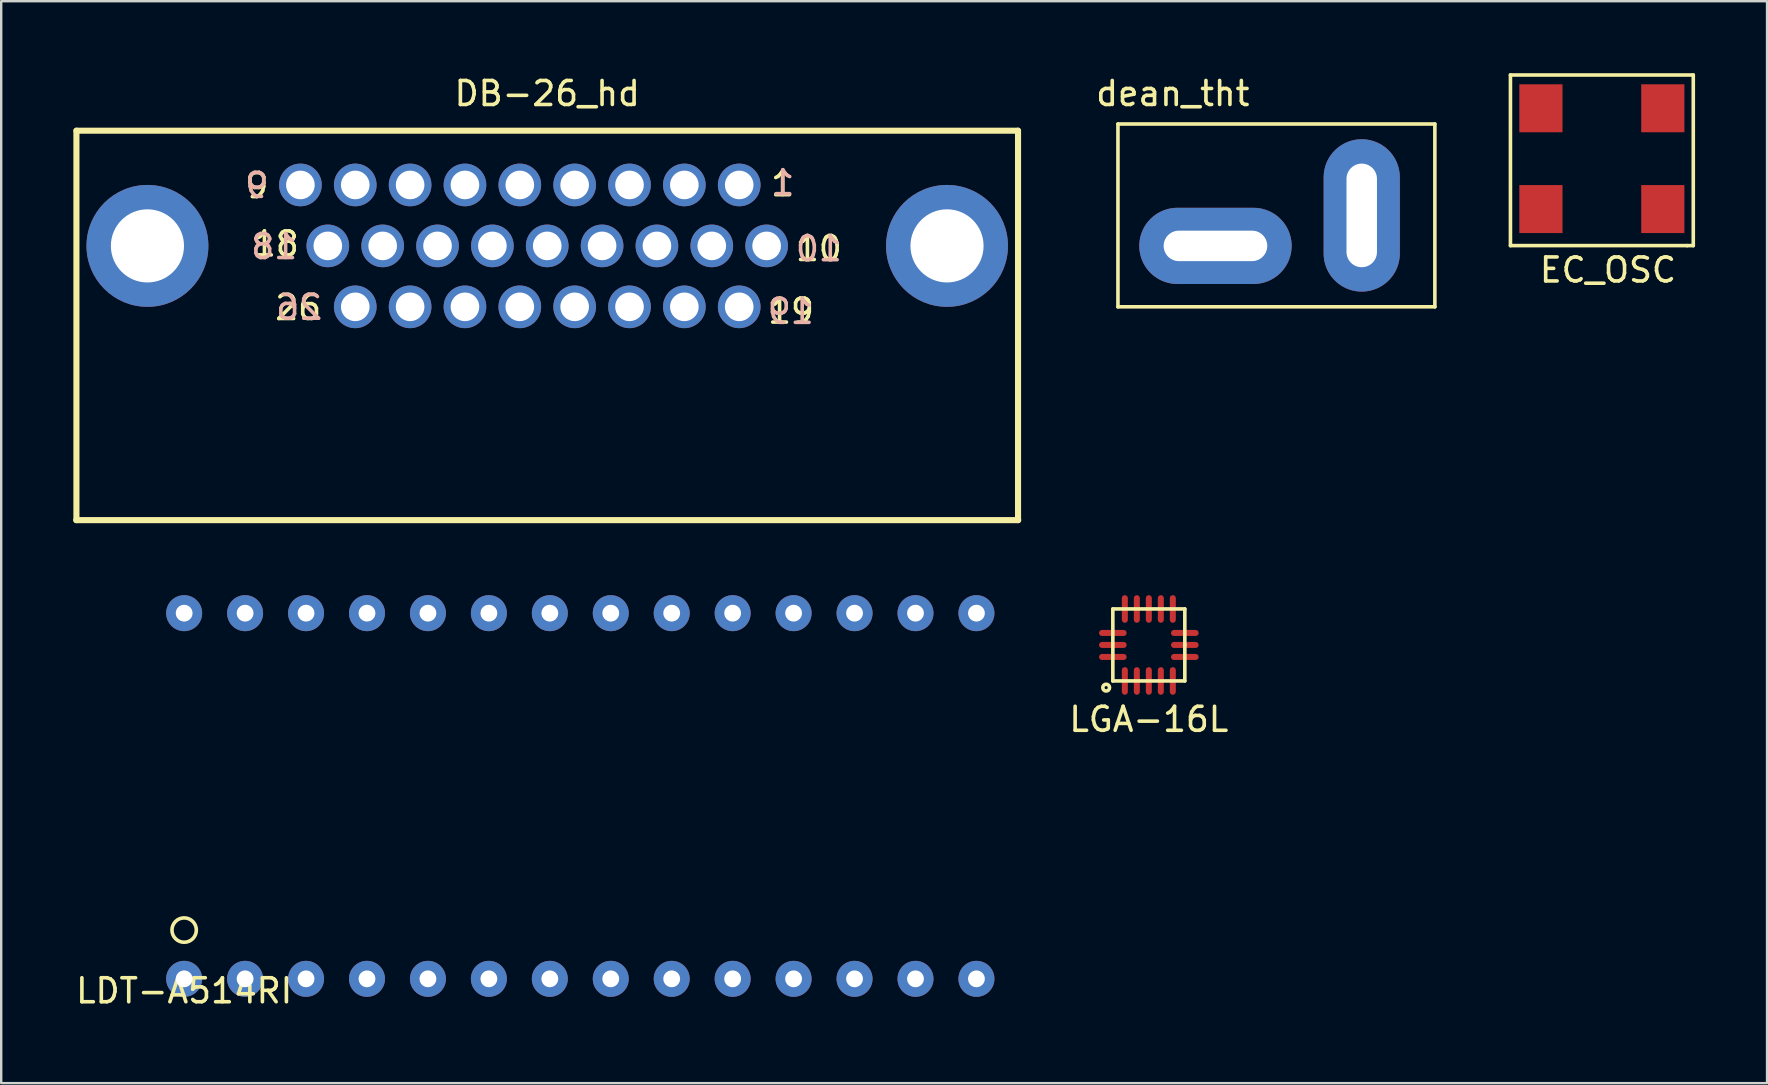
<source format=kicad_pcb>
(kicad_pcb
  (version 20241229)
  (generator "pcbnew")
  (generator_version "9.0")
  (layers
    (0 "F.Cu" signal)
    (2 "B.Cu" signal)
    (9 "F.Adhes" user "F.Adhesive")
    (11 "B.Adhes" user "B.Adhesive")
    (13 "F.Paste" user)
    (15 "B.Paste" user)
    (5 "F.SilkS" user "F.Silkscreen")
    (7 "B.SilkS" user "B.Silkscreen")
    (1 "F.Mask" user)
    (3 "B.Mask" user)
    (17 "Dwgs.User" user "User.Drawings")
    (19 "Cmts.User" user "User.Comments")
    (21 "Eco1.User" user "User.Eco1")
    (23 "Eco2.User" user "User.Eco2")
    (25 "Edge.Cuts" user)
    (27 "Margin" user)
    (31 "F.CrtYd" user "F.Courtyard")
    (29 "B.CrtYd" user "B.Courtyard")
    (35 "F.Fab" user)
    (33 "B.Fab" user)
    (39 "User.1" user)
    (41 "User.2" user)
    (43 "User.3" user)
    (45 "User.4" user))
  (footprint "dean_tht"
    (layer "F.Cu")
    (at 43.543 2.118)
    (property "Reference" "dean_tht" (at 2.286 -1.27 0) (layer "F.SilkS") (effects (font (size 1 1) (thickness 0.15))))
    (attr through_hole)
    (fp_line (start 0 0) (end 0 7.62) (stroke (width 0.15) (type solid)) (layer "F.SilkS"))
    (fp_line (start 0 0) (end 13.208 0) (stroke (width 0.15) (type solid)) (layer "F.SilkS"))
    (fp_line (start 0 7.62) (end 13.208 7.62) (stroke (width 0.15) (type solid)) (layer "F.SilkS"))
    (fp_line (start 13.208 0) (end 13.208 7.62) (stroke (width 0.15) (type solid)) (layer "F.SilkS"))
    (pad "1" thru_hole oval (at 10.16 3.81 90) (size 6.35 3.175) (drill oval 4.318 1.27) (layers "*.Cu" "*.Mask"))
    (pad "2" thru_hole oval (at 4.064 5.08 180) (size 6.35 3.175) (drill oval 4.318 1.27) (layers "*.Cu" "*.Mask")))
  (footprint "DB-26_hd"
    (layer "F.Cu")
    (at 19.757 7.198)
    (property "Reference" "DB-26_hd" (at 0 -6.35 0) (layer "F.SilkS") (effects (font (size 1 1) (thickness 0.15))))
    (attr through_hole)
    (fp_line (start -19.622 -4.801) (end -19.622 11.43) (stroke (width 0.254) (type solid)) (layer "F.SilkS"))
    (fp_line (start -19.62 -4.8) (end 19.62 -4.8) (stroke (width 0.254) (type solid)) (layer "F.SilkS"))
    (fp_line (start 19.622 11.43) (end 19.622 -4.801) (stroke (width 0.254) (type solid)) (layer "F.SilkS"))
    (fp_line (start 19.63 11.43) (end -19.63 11.43) (stroke (width 0.254) (type solid)) (layer "F.SilkS"))
    (fp_text user "19" (at 10.16 2.72 0) (layer "F.SilkS") (effects (font (size 1 1) (thickness 0.15))))
    (fp_text user "18" (at -11.31 -0.08 0) (layer "F.SilkS") (effects (font (size 1 1) (thickness 0.15))))
    (fp_text user "9" (at -12.1 -2.51 0) (layer "F.SilkS") (effects (font (size 1 1) (thickness 0.15))))
    (fp_text user "1" (at 9.81 -2.59 0) (layer "F.SilkS") (effects (font (size 1 1) (thickness 0.15))))
    (fp_text user "26" (at -10.38 2.57 0) (layer "F.SilkS") (effects (font (size 1 1) (thickness 0.15))))
    (fp_text user "10" (at 11.32 0.11 0) (layer "F.SilkS") (effects (font (size 1 1) (thickness 0.15))))
    (fp_text user "10" (at 11.32 0.12 0) (layer "B.SilkS") (effects (font (size 1 1) (thickness 0.15)) (justify mirror)))
    (fp_text user "19" (at 10.15 2.73 180) (layer "B.SilkS") (effects (font (size 1 1) (thickness 0.15)) (justify mirror)))
    (fp_text user "26" (at -10.34 2.56 0) (layer "B.SilkS") (effects (font (size 1 1) (thickness 0.15)) (justify mirror)))
    (fp_text user "9" (at -12.1 -2.52 0) (layer "B.SilkS") (effects (font (size 1 1) (thickness 0.15)) (justify mirror)))
    (fp_text user "18" (at -11.38 0.03 0) (layer "B.SilkS") (effects (font (size 1 1) (thickness 0.15)) (justify mirror)))
    (fp_text user "1" (at 9.82 -2.63 0) (layer "B.SilkS") (effects (font (size 1 1) (thickness 0.15)) (justify mirror)))
    (pad "1" thru_hole circle (at 8.001 -2.54) (size 1.778 1.778) (drill 1.194) (layers "*.Cu" "*.Mask"))
    (pad "2" thru_hole circle (at 5.715 -2.54) (size 1.778 1.778) (drill 1.194) (layers "*.Cu" "*.Mask"))
    (pad "3" thru_hole circle (at 3.429 -2.54) (size 1.778 1.778) (drill 1.194) (layers "*.Cu" "*.Mask"))
    (pad "4" thru_hole circle (at 1.143 -2.54) (size 1.778 1.778) (drill 1.194) (layers "*.Cu" "*.Mask"))
    (pad "5" thru_hole circle (at -1.143 -2.54) (size 1.778 1.778) (drill 1.194) (layers "*.Cu" "*.Mask"))
    (pad "6" thru_hole circle (at -3.429 -2.54) (size 1.778 1.778) (drill 1.194) (layers "*.Cu" "*.Mask"))
    (pad "7" thru_hole circle (at -5.715 -2.54) (size 1.778 1.778) (drill 1.194) (layers "*.Cu" "*.Mask"))
    (pad "8" thru_hole circle (at -8.001 -2.54) (size 1.778 1.778) (drill 1.194) (layers "*.Cu" "*.Mask"))
    (pad "9" thru_hole circle (at -10.287 -2.54) (size 1.778 1.778) (drill 1.194) (layers "*.Cu" "*.Mask"))
    (pad "10" thru_hole circle (at 9.144 0) (size 1.778 1.778) (drill 1.194) (layers "*.Cu" "*.Mask"))
    (pad "11" thru_hole circle (at 6.858 0) (size 1.778 1.778) (drill 1.194) (layers "*.Cu" "*.Mask"))
    (pad "12" thru_hole circle (at 4.572 0) (size 1.778 1.778) (drill 1.194) (layers "*.Cu" "*.Mask"))
    (pad "13" thru_hole circle (at 2.286 0) (size 1.778 1.778) (drill 1.194) (layers "*.Cu" "*.Mask"))
    (pad "14" thru_hole circle (at 0 0) (size 1.778 1.778) (drill 1.194) (layers "*.Cu" "*.Mask"))
    (pad "15" thru_hole circle (at -2.286 0) (size 1.778 1.778) (drill 1.194) (layers "*.Cu" "*.Mask"))
    (pad "16" thru_hole circle (at -4.572 0) (size 1.778 1.778) (drill 1.194) (layers "*.Cu" "*.Mask"))
    (pad "17" thru_hole circle (at -6.858 0) (size 1.778 1.778) (drill 1.194) (layers "*.Cu" "*.Mask"))
    (pad "18" thru_hole circle (at -9.144 0) (size 1.778 1.778) (drill 1.194) (layers "*.Cu" "*.Mask"))
    (pad "19" thru_hole circle (at 8.001 2.54) (size 1.778 1.778) (drill 1.194) (layers "*.Cu" "*.Mask"))
    (pad "20" thru_hole circle (at 5.715 2.54) (size 1.778 1.778) (drill 1.194) (layers "*.Cu" "*.Mask"))
    (pad "21" thru_hole circle (at 3.429 2.54) (size 1.778 1.778) (drill 1.194) (layers "*.Cu" "*.Mask"))
    (pad "22" thru_hole circle (at 1.143 2.54) (size 1.778 1.778) (drill 1.194) (layers "*.Cu" "*.Mask"))
    (pad "23" thru_hole circle (at -1.143 2.54) (size 1.778 1.778) (drill 1.194) (layers "*.Cu" "*.Mask"))
    (pad "24" thru_hole circle (at -3.429 2.54) (size 1.778 1.778) (drill 1.194) (layers "*.Cu" "*.Mask"))
    (pad "25" thru_hole circle (at -5.715 2.54) (size 1.778 1.778) (drill 1.194) (layers "*.Cu" "*.Mask"))
    (pad "26" thru_hole circle (at -8.001 2.54) (size 1.778 1.778) (drill 1.194) (layers "*.Cu" "*.Mask"))
    (pad "27" thru_hole circle (at -16.662 0) (size 5.08 5.08) (drill 3.048) (layers "*.Cu" "*.Mask"))
    (pad "27" thru_hole circle (at 16.662 0) (size 5.08 5.08) (drill 3.048) (layers "*.Cu" "*.Mask")))
  (footprint "LDT-A514RI"
    (layer "F.Cu")
    (at 4.625 37.745)
    (property "Reference" "LDT-A514RI" (at 0 0.5 0) (layer "F.SilkS") (effects (font (size 1 1) (thickness 0.15))))
    (attr through_hole)
    (fp_circle (center 0 -2.032) (end 0 -1.524) (stroke (width 0.15) (type solid)) (fill no) (layer "F.SilkS"))
    (pad "1" thru_hole circle (at 0 0) (size 1.5 1.5) (drill 0.7) (layers "*.Cu" "*.Mask"))
    (pad "2" thru_hole circle (at 2.54 0) (size 1.5 1.5) (drill 0.7) (layers "*.Cu" "*.Mask"))
    (pad "3" thru_hole circle (at 5.08 0) (size 1.5 1.5) (drill 0.7) (layers "*.Cu" "*.Mask"))
    (pad "4" thru_hole circle (at 7.62 0) (size 1.5 1.5) (drill 0.7) (layers "*.Cu" "*.Mask"))
    (pad "5" thru_hole circle (at 10.16 0) (size 1.5 1.5) (drill 0.7) (layers "*.Cu" "*.Mask"))
    (pad "6" thru_hole circle (at 12.7 0) (size 1.5 1.5) (drill 0.7) (layers "*.Cu" "*.Mask"))
    (pad "7" thru_hole circle (at 15.24 0) (size 1.5 1.5) (drill 0.7) (layers "*.Cu" "*.Mask"))
    (pad "8" thru_hole circle (at 17.78 0) (size 1.5 1.5) (drill 0.7) (layers "*.Cu" "*.Mask"))
    (pad "9" thru_hole circle (at 20.32 0) (size 1.5 1.5) (drill 0.7) (layers "*.Cu" "*.Mask"))
    (pad "10" thru_hole circle (at 22.86 0) (size 1.5 1.5) (drill 0.7) (layers "*.Cu" "*.Mask"))
    (pad "11" thru_hole circle (at 25.4 0) (size 1.5 1.5) (drill 0.7) (layers "*.Cu" "*.Mask"))
    (pad "12" thru_hole circle (at 27.94 0) (size 1.5 1.5) (drill 0.7) (layers "*.Cu" "*.Mask"))
    (pad "13" thru_hole circle (at 30.48 0) (size 1.5 1.5) (drill 0.7) (layers "*.Cu" "*.Mask"))
    (pad "14" thru_hole circle (at 33.02 0) (size 1.5 1.5) (drill 0.7) (layers "*.Cu" "*.Mask"))
    (pad "15" thru_hole circle (at 33.02 -15.24) (size 1.5 1.5) (drill 0.7) (layers "*.Cu" "*.Mask"))
    (pad "16" thru_hole circle (at 30.48 -15.24) (size 1.5 1.5) (drill 0.7) (layers "*.Cu" "*.Mask"))
    (pad "17" thru_hole circle (at 27.94 -15.24) (size 1.5 1.5) (drill 0.7) (layers "*.Cu" "*.Mask"))
    (pad "18" thru_hole circle (at 25.4 -15.24) (size 1.5 1.5) (drill 0.7) (layers "*.Cu" "*.Mask"))
    (pad "19" thru_hole circle (at 22.86 -15.24) (size 1.5 1.5) (drill 0.7) (layers "*.Cu" "*.Mask"))
    (pad "20" thru_hole circle (at 20.32 -15.24) (size 1.5 1.5) (drill 0.7) (layers "*.Cu" "*.Mask"))
    (pad "21" thru_hole circle (at 17.78 -15.24) (size 1.5 1.5) (drill 0.7) (layers "*.Cu" "*.Mask"))
    (pad "22" thru_hole circle (at 15.24 -15.24) (size 1.5 1.5) (drill 0.7) (layers "*.Cu" "*.Mask"))
    (pad "23" thru_hole circle (at 12.7 -15.24) (size 1.5 1.5) (drill 0.7) (layers "*.Cu" "*.Mask"))
    (pad "24" thru_hole circle (at 10.16 -15.24) (size 1.5 1.5) (drill 0.7) (layers "*.Cu" "*.Mask"))
    (pad "25" thru_hole circle (at 7.62 -15.24) (size 1.5 1.5) (drill 0.7) (layers "*.Cu" "*.Mask"))
    (pad "26" thru_hole circle (at 5.08 -15.24) (size 1.5 1.5) (drill 0.7) (layers "*.Cu" "*.Mask"))
    (pad "27" thru_hole circle (at 2.54 -15.24) (size 1.5 1.5) (drill 0.7) (layers "*.Cu" "*.Mask"))
    (pad "28" thru_hole circle (at 0 -15.24) (size 1.5 1.5) (drill 0.7) (layers "*.Cu" "*.Mask")))
  (footprint "EC_OSC"
    (layer "F.Cu")
    (at 61.171 5.663)
    (property "Reference" "EC_OSC" (at 2.794 2.54 0) (layer "F.SilkS") (effects (font (size 1 1) (thickness 0.15))))
    (attr through_hole)
    (fp_line (start -1.27 -5.588) (end -1.27 1.524) (stroke (width 0.15) (type solid)) (layer "F.SilkS"))
    (fp_line (start -1.27 1.524) (end 6.096 1.524) (stroke (width 0.15) (type solid)) (layer "F.SilkS"))
    (fp_line (start 6.096 1.524) (end 6.35 1.524) (stroke (width 0.15) (type solid)) (layer "F.SilkS"))
    (fp_line (start 6.35 -5.588) (end -1.27 -5.588) (stroke (width 0.15) (type solid)) (layer "F.SilkS"))
    (fp_line (start 6.35 1.524) (end 6.35 -5.588) (stroke (width 0.15) (type solid)) (layer "F.SilkS"))
    (pad "1" smd rect (at 0 0) (size 1.8 2) (layers "F.Cu" "F.Mask" "F.Paste"))
    (pad "2" smd rect (at 5.08 0) (size 1.8 2) (layers "F.Cu" "F.Mask" "F.Paste"))
    (pad "3" smd rect (at 5.08 -4.2) (size 1.8 2) (layers "F.Cu" "F.Mask" "F.Paste"))
    (pad "4" smd rect (at 0 -4.2) (size 1.8 2) (layers "F.Cu" "F.Mask" "F.Paste")))
  (footprint "LGA-16L"
    (layer "F.Cu")
    (at 44.83 23.83)
    (property "Reference" "LGA-16L" (at 0 3.1 0) (layer "F.SilkS") (effects (font (size 1 1) (thickness 0.15))))
    (attr through_hole)
    (fp_line (start -1.5 -1.5) (end -1.5 1.5) (stroke (width 0.15) (type solid)) (layer "F.SilkS"))
    (fp_line (start -1.5 1.5) (end 1.5 1.5) (stroke (width 0.15) (type solid)) (layer "F.SilkS"))
    (fp_line (start 1.5 -1.5) (end -1.5 -1.5) (stroke (width 0.15) (type solid)) (layer "F.SilkS"))
    (fp_line (start 1.5 0) (end 1.5 -1.5) (stroke (width 0.15) (type solid)) (layer "F.SilkS"))
    (fp_line (start 1.5 1.5) (end 1.5 0) (stroke (width 0.15) (type solid)) (layer "F.SilkS"))
    (fp_circle (center -1.778 1.778) (end -1.678 1.878) (stroke (width 0.15) (type solid)) (fill no) (layer "F.SilkS"))
    (pad "1" smd oval (at -1 1.5) (size 0.25 1.15) (layers "F.Cu" "F.Mask" "F.Paste"))
    (pad "2" smd oval (at -0.5 1.5) (size 0.25 1.15) (layers "F.Cu" "F.Mask" "F.Paste"))
    (pad "3" smd oval (at 0 1.5) (size 0.25 1.15) (layers "F.Cu" "F.Mask" "F.Paste"))
    (pad "4" smd oval (at 0.5 1.5) (size 0.25 1.15) (layers "F.Cu" "F.Mask" "F.Paste"))
    (pad "5" smd oval (at 1 1.5) (size 0.25 1.15) (layers "F.Cu" "F.Mask" "F.Paste"))
    (pad "6" smd oval (at 1.5 0.5) (size 1.15 0.25) (layers "F.Cu" "F.Mask" "F.Paste"))
    (pad "7" smd oval (at 1.5 0) (size 1.15 0.25) (layers "F.Cu" "F.Mask" "F.Paste"))
    (pad "8" smd oval (at 1.5 -0.5) (size 1.15 0.25) (layers "F.Cu" "F.Mask" "F.Paste"))
    (pad "9" smd oval (at 1 -1.5) (size 0.25 1.15) (layers "F.Cu" "F.Mask" "F.Paste"))
    (pad "10" smd oval (at 0.5 -1.5) (size 0.25 1.15) (layers "F.Cu" "F.Mask" "F.Paste"))
    (pad "11" smd oval (at 0 -1.5) (size 0.25 1.15) (layers "F.Cu" "F.Mask" "F.Paste"))
    (pad "12" smd oval (at -0.5 -1.5) (size 0.25 1.15) (layers "F.Cu" "F.Mask" "F.Paste"))
    (pad "13" smd oval (at -1 -1.5) (size 0.25 1.15) (layers "F.Cu" "F.Mask" "F.Paste"))
    (pad "14" smd oval (at -1.5 -0.5) (size 1.15 0.25) (layers "F.Cu" "F.Mask" "F.Paste"))
    (pad "15" smd oval (at -1.5 0) (size 1.15 0.25) (layers "F.Cu" "F.Mask" "F.Paste"))
    (pad "16" smd oval (at -1.5 0.5) (size 1.15 0.25) (layers "F.Cu" "F.Mask" "F.Paste")))
  (gr_rect
    (start -3 -3)
    (end 70.596 42.093)
    (stroke (width 0.1) (type default))
    (fill no)
    (layer "Edge.Cuts")))
</source>
